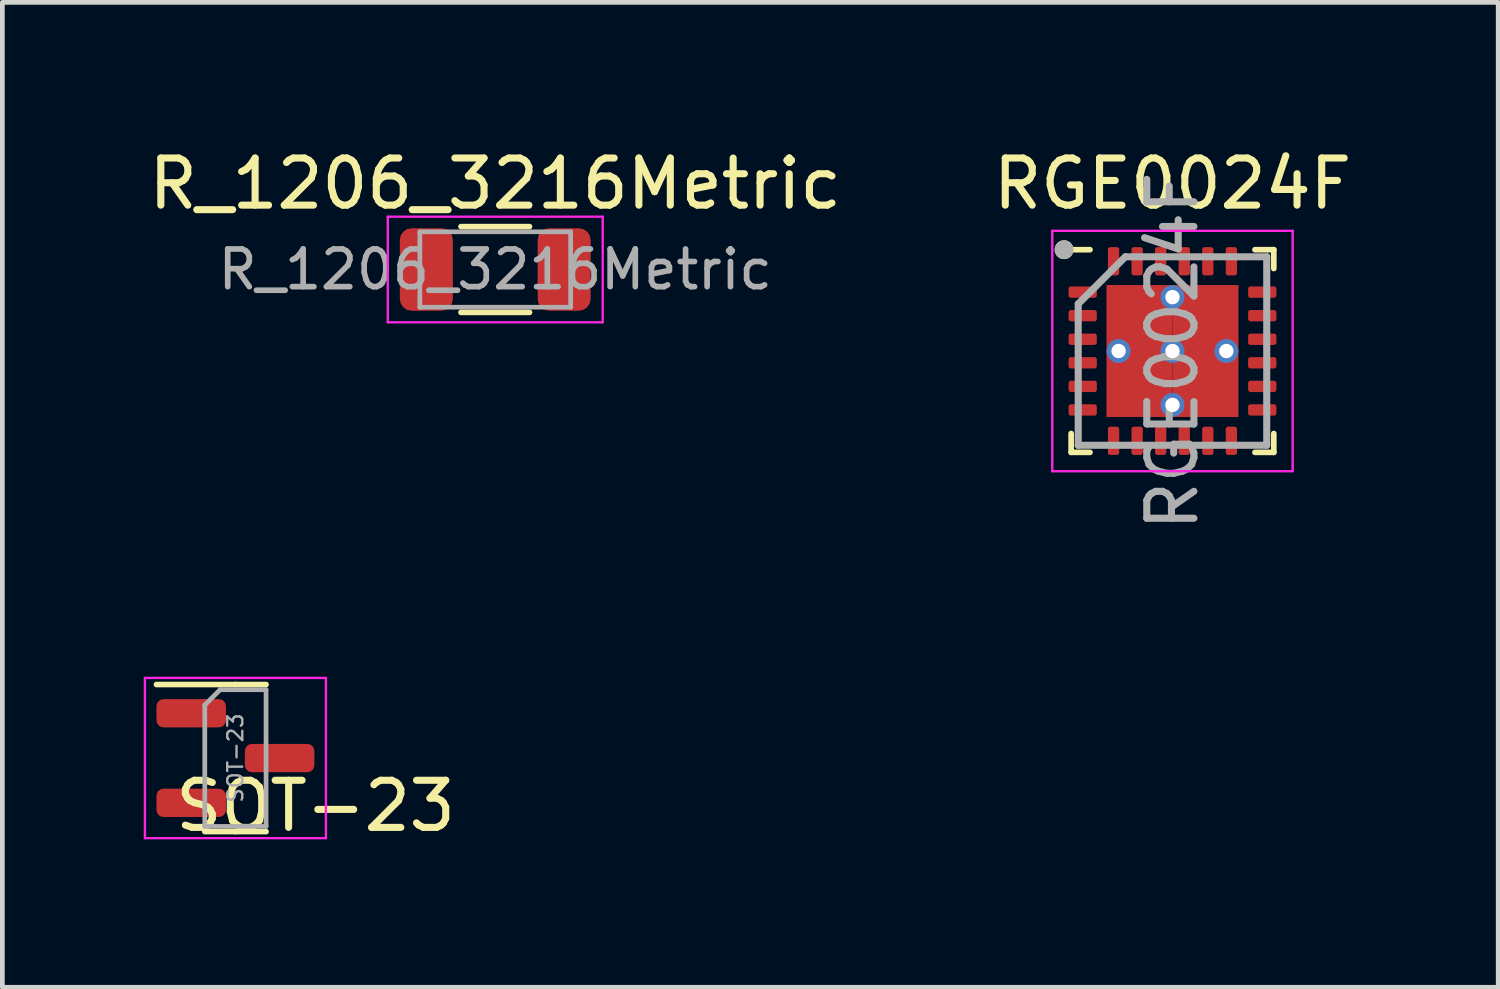
<source format=kicad_pcb>
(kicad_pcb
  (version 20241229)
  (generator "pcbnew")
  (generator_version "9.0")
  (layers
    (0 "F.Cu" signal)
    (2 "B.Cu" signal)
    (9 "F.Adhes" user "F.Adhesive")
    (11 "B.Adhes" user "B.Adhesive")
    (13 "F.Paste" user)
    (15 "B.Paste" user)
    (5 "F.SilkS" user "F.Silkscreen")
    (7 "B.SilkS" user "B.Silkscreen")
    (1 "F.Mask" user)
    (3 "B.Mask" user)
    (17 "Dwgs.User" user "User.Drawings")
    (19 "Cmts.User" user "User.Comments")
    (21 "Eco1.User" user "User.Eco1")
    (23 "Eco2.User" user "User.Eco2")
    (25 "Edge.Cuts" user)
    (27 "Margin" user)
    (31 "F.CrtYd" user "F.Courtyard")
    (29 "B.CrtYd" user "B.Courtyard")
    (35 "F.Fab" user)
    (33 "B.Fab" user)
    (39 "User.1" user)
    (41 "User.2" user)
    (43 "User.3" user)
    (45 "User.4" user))
  (footprint "SOT-23"
    (layer "F.Cu")
    (at 1.945 13.034)
    (property "Reference" "SOT-23" (at 1.7 1.016 180) (layer "F.SilkS") (effects (font (size 1 1) (thickness 0.15))))
    (attr smd)
    (fp_line (start 0 -1.56) (end -1.675 -1.56) (stroke (width 0.12) (type solid)) (layer "F.SilkS"))
    (fp_line (start 0 -1.56) (end 0.65 -1.56) (stroke (width 0.12) (type solid)) (layer "F.SilkS"))
    (fp_line (start 0 1.56) (end -0.65 1.56) (stroke (width 0.12) (type solid)) (layer "F.SilkS"))
    (fp_line (start 0 1.56) (end 0.65 1.56) (stroke (width 0.12) (type solid)) (layer "F.SilkS"))
    (fp_line (start -1.92 -1.7) (end -1.92 1.7) (stroke (width 0.05) (type solid)) (layer "F.CrtYd"))
    (fp_line (start -1.92 1.7) (end 1.92 1.7) (stroke (width 0.05) (type solid)) (layer "F.CrtYd"))
    (fp_line (start 1.92 -1.7) (end -1.92 -1.7) (stroke (width 0.05) (type solid)) (layer "F.CrtYd"))
    (fp_line (start 1.92 1.7) (end 1.92 -1.7) (stroke (width 0.05) (type solid)) (layer "F.CrtYd"))
    (fp_line (start -0.65 -1.125) (end -0.325 -1.45) (stroke (width 0.1) (type solid)) (layer "F.Fab"))
    (fp_line (start -0.65 1.45) (end -0.65 -1.125) (stroke (width 0.1) (type solid)) (layer "F.Fab"))
    (fp_line (start -0.325 -1.45) (end 0.65 -1.45) (stroke (width 0.1) (type solid)) (layer "F.Fab"))
    (fp_line (start 0.65 -1.45) (end 0.65 1.45) (stroke (width 0.1) (type solid)) (layer "F.Fab"))
    (fp_line (start 0.65 1.45) (end -0.65 1.45) (stroke (width 0.1) (type solid)) (layer "F.Fab"))
    (fp_text user "${REFERENCE}" (at 0 0 270) (layer "F.Fab") (effects (font (size 0.32 0.32) (thickness 0.05))))
    (pad "1" smd roundrect (at -0.938 -0.95) (size 1.475 0.6) (layers "F.Cu" "F.Mask" "F.Paste") (roundrect_rratio 0.25))
    (pad "2" smd roundrect (at -0.938 0.95) (size 1.475 0.6) (layers "F.Cu" "F.Mask" "F.Paste") (roundrect_rratio 0.25))
    (pad "3" smd roundrect (at 0.938 0) (size 1.475 0.6) (layers "F.Cu" "F.Mask" "F.Paste") (roundrect_rratio 0.25)))
  (footprint "RGE0024F"
    (layer "F.Cu")
    (at 21.827 4.398)
    (property "Reference" "RGE0024F" (at 0 -3.55 0) (layer "F.SilkS") (effects (font (size 1 1) (thickness 0.15))))
    (attr smd)
    (fp_line (start -2.15 2.15) (end -2.15 1.75) (stroke (width 0.12) (type default)) (layer "F.SilkS"))
    (fp_line (start -1.75 -2.15) (end -2.3 -2.15) (stroke (width 0.12) (type default)) (layer "F.SilkS"))
    (fp_line (start -1.75 2.15) (end -2.15 2.15) (stroke (width 0.12) (type default)) (layer "F.SilkS"))
    (fp_line (start 1.75 -2.15) (end 2.15 -2.15) (stroke (width 0.12) (type default)) (layer "F.SilkS"))
    (fp_line (start 1.75 2.15) (end 2.15 2.15) (stroke (width 0.12) (type default)) (layer "F.SilkS"))
    (fp_line (start 2.15 -2.15) (end 2.15 -1.75) (stroke (width 0.12) (type default)) (layer "F.SilkS"))
    (fp_line (start 2.15 2.15) (end 2.15 1.75) (stroke (width 0.12) (type default)) (layer "F.SilkS"))
    (fp_circle (center -2.3 -2.15) (end -2.2 -2.15) (stroke (width 0.2) (type solid)) (fill no) (layer "F.SilkS"))
    (fp_line (start -2.55 -2.55) (end 2.55 -2.55) (stroke (width 0.05) (type default)) (layer "F.CrtYd"))
    (fp_line (start -2.55 2.55) (end -2.55 -2.55) (stroke (width 0.05) (type default)) (layer "F.CrtYd"))
    (fp_line (start 2.55 -2.55) (end 2.55 2.55) (stroke (width 0.05) (type default)) (layer "F.CrtYd"))
    (fp_line (start 2.55 2.55) (end -2.55 2.55) (stroke (width 0.05) (type default)) (layer "F.CrtYd"))
    (fp_line (start -2 -1) (end -2 2) (stroke (width 0.15) (type default)) (layer "F.Fab"))
    (fp_line (start -2 2) (end 2 2) (stroke (width 0.15) (type default)) (layer "F.Fab"))
    (fp_line (start -1 -2) (end -2 -1) (stroke (width 0.15) (type default)) (layer "F.Fab"))
    (fp_line (start 2 -2) (end -1 -2) (stroke (width 0.15) (type default)) (layer "F.Fab"))
    (fp_line (start 2 2) (end 2 -2) (stroke (width 0.15) (type default)) (layer "F.Fab"))
    (fp_circle (center -2.3 -2.15) (end -2.2 -2.15) (stroke (width 0.2) (type solid)) (fill no) (layer "F.Fab"))
    (fp_text user "${REFERENCE}" (at 0 0 270) (layer "F.Fab") (effects (font (size 1 1) (thickness 0.15))))
    (pad "1" smd roundrect (at -1.905 -1.25 90) (size 0.24 0.6) (layers "F.Cu" "F.Mask" "F.Paste") (roundrect_rratio 0.208))
    (pad "2" smd roundrect (at -1.905 -0.75 90) (size 0.24 0.6) (layers "F.Cu" "F.Mask" "F.Paste") (roundrect_rratio 0.208))
    (pad "3" smd roundrect (at -1.905 -0.25 90) (size 0.24 0.6) (layers "F.Cu" "F.Mask" "F.Paste") (roundrect_rratio 0.208))
    (pad "4" smd roundrect (at -1.905 0.25 90) (size 0.24 0.6) (layers "F.Cu" "F.Mask" "F.Paste") (roundrect_rratio 0.208))
    (pad "5" smd roundrect (at -1.905 0.75 90) (size 0.24 0.6) (layers "F.Cu" "F.Mask" "F.Paste") (roundrect_rratio 0.208))
    (pad "6" smd roundrect (at -1.905 1.25 90) (size 0.24 0.6) (layers "F.Cu" "F.Mask" "F.Paste") (roundrect_rratio 0.208))
    (pad "7" smd roundrect (at -1.25 1.905) (size 0.24 0.6) (layers "F.Cu" "F.Mask" "F.Paste") (roundrect_rratio 0.208))
    (pad "8" smd roundrect (at -0.75 1.905) (size 0.24 0.6) (layers "F.Cu" "F.Mask" "F.Paste") (roundrect_rratio 0.208))
    (pad "9" smd roundrect (at -0.25 1.905) (size 0.24 0.6) (layers "F.Cu" "F.Mask" "F.Paste") (roundrect_rratio 0.208))
    (pad "10" smd roundrect (at 0.25 1.905) (size 0.24 0.6) (layers "F.Cu" "F.Mask" "F.Paste") (roundrect_rratio 0.208))
    (pad "11" smd roundrect (at 0.75 1.905) (size 0.24 0.6) (layers "F.Cu" "F.Mask" "F.Paste") (roundrect_rratio 0.208))
    (pad "12" smd roundrect (at 1.25 1.905) (size 0.24 0.6) (layers "F.Cu" "F.Mask" "F.Paste") (roundrect_rratio 0.208))
    (pad "13" smd roundrect (at 1.905 1.25 90) (size 0.24 0.6) (layers "F.Cu" "F.Mask" "F.Paste") (roundrect_rratio 0.208))
    (pad "14" smd roundrect (at 1.905 0.75 90) (size 0.24 0.6) (layers "F.Cu" "F.Mask" "F.Paste") (roundrect_rratio 0.208))
    (pad "15" smd roundrect (at 1.905 0.25 90) (size 0.24 0.6) (layers "F.Cu" "F.Mask" "F.Paste") (roundrect_rratio 0.208))
    (pad "16" smd roundrect (at 1.905 -0.25 90) (size 0.24 0.6) (layers "F.Cu" "F.Mask" "F.Paste") (roundrect_rratio 0.208))
    (pad "17" smd roundrect (at 1.905 -0.75 90) (size 0.24 0.6) (layers "F.Cu" "F.Mask" "F.Paste") (roundrect_rratio 0.208))
    (pad "18" smd roundrect (at 1.905 -1.25 90) (size 0.24 0.6) (layers "F.Cu" "F.Mask" "F.Paste") (roundrect_rratio 0.208))
    (pad "19" smd roundrect (at 1.25 -1.905) (size 0.24 0.6) (layers "F.Cu" "F.Mask" "F.Paste") (roundrect_rratio 0.208))
    (pad "20" smd roundrect (at 0.75 -1.905) (size 0.24 0.6) (layers "F.Cu" "F.Mask" "F.Paste") (roundrect_rratio 0.208))
    (pad "21" smd roundrect (at 0.25 -1.905) (size 0.24 0.6) (layers "F.Cu" "F.Mask" "F.Paste") (roundrect_rratio 0.208))
    (pad "22" smd roundrect (at -0.25 -1.905) (size 0.24 0.6) (layers "F.Cu" "F.Mask" "F.Paste") (roundrect_rratio 0.208))
    (pad "23" smd roundrect (at -0.75 -1.905) (size 0.24 0.6) (layers "F.Cu" "F.Mask" "F.Paste") (roundrect_rratio 0.208))
    (pad "24" smd roundrect (at -1.25 -1.905) (size 0.24 0.6) (layers "F.Cu" "F.Mask" "F.Paste") (roundrect_rratio 0.208))
    (pad "25" thru_hole circle (at -1.143 0) (size 0.508 0.508) (drill 0.305) (layers "*.Cu" "*.Mask"))
    (pad "25" smd rect (at -0.7 -0.7) (size 1.4 1.4) (layers "F.Cu" "F.Mask" "F.Paste"))
    (pad "25" smd rect (at -0.7 0.7) (size 1.4 1.4) (layers "F.Cu" "F.Mask" "F.Paste"))
    (pad "25" thru_hole circle (at 0 -1.143) (size 0.508 0.508) (drill 0.305) (layers "*.Cu" "*.Mask"))
    (pad "25" thru_hole circle (at 0 0) (size 0.508 0.508) (drill 0.305) (layers "*.Cu" "*.Mask"))
    (pad "25" thru_hole circle (at 0 1.143) (size 0.508 0.508) (drill 0.305) (layers "*.Cu" "*.Mask"))
    (pad "25" smd rect (at 0.7 -0.7) (size 1.4 1.4) (layers "F.Cu" "F.Mask" "F.Paste"))
    (pad "25" smd rect (at 0.7 0.7) (size 1.4 1.4) (layers "F.Cu" "F.Mask" "F.Paste"))
    (pad "25" thru_hole circle (at 1.143 0) (size 0.508 0.508) (drill 0.305) (layers "*.Cu" "*.Mask")))
  (footprint "R_1206_3216Metric"
    (layer "F.Cu")
    (at 7.458 2.668)
    (property "Reference" "R_1206_3216Metric" (at 0 -1.82 0) (layer "F.SilkS") (effects (font (size 1 1) (thickness 0.15))))
    (attr smd)
    (fp_line (start -0.727 -0.91) (end 0.727 -0.91) (stroke (width 0.12) (type solid)) (layer "F.SilkS"))
    (fp_line (start -0.727 0.91) (end 0.727 0.91) (stroke (width 0.12) (type solid)) (layer "F.SilkS"))
    (fp_line (start -2.28 -1.12) (end 2.28 -1.12) (stroke (width 0.05) (type solid)) (layer "F.CrtYd"))
    (fp_line (start -2.28 1.12) (end -2.28 -1.12) (stroke (width 0.05) (type solid)) (layer "F.CrtYd"))
    (fp_line (start 2.28 -1.12) (end 2.28 1.12) (stroke (width 0.05) (type solid)) (layer "F.CrtYd"))
    (fp_line (start 2.28 1.12) (end -2.28 1.12) (stroke (width 0.05) (type solid)) (layer "F.CrtYd"))
    (fp_line (start -1.6 -0.8) (end 1.6 -0.8) (stroke (width 0.1) (type solid)) (layer "F.Fab"))
    (fp_line (start -1.6 0.8) (end -1.6 -0.8) (stroke (width 0.1) (type solid)) (layer "F.Fab"))
    (fp_line (start 1.6 -0.8) (end 1.6 0.8) (stroke (width 0.1) (type solid)) (layer "F.Fab"))
    (fp_line (start 1.6 0.8) (end -1.6 0.8) (stroke (width 0.1) (type solid)) (layer "F.Fab"))
    (fp_text user "${REFERENCE}" (at 0 0 0) (layer "F.Fab") (effects (font (size 0.8 0.8) (thickness 0.12))))
    (pad "1" smd roundrect (at -1.462 0) (size 1.125 1.75) (layers "F.Cu" "F.Mask" "F.Paste") (roundrect_rratio 0.222))
    (pad "2" smd roundrect (at 1.462 0) (size 1.125 1.75) (layers "F.Cu" "F.Mask" "F.Paste") (roundrect_rratio 0.222)))
  (gr_rect
    (start -3 -3)
    (end 28.738 17.898)
    (stroke (width 0.1) (type default))
    (fill no)
    (layer "Edge.Cuts")))
</source>
